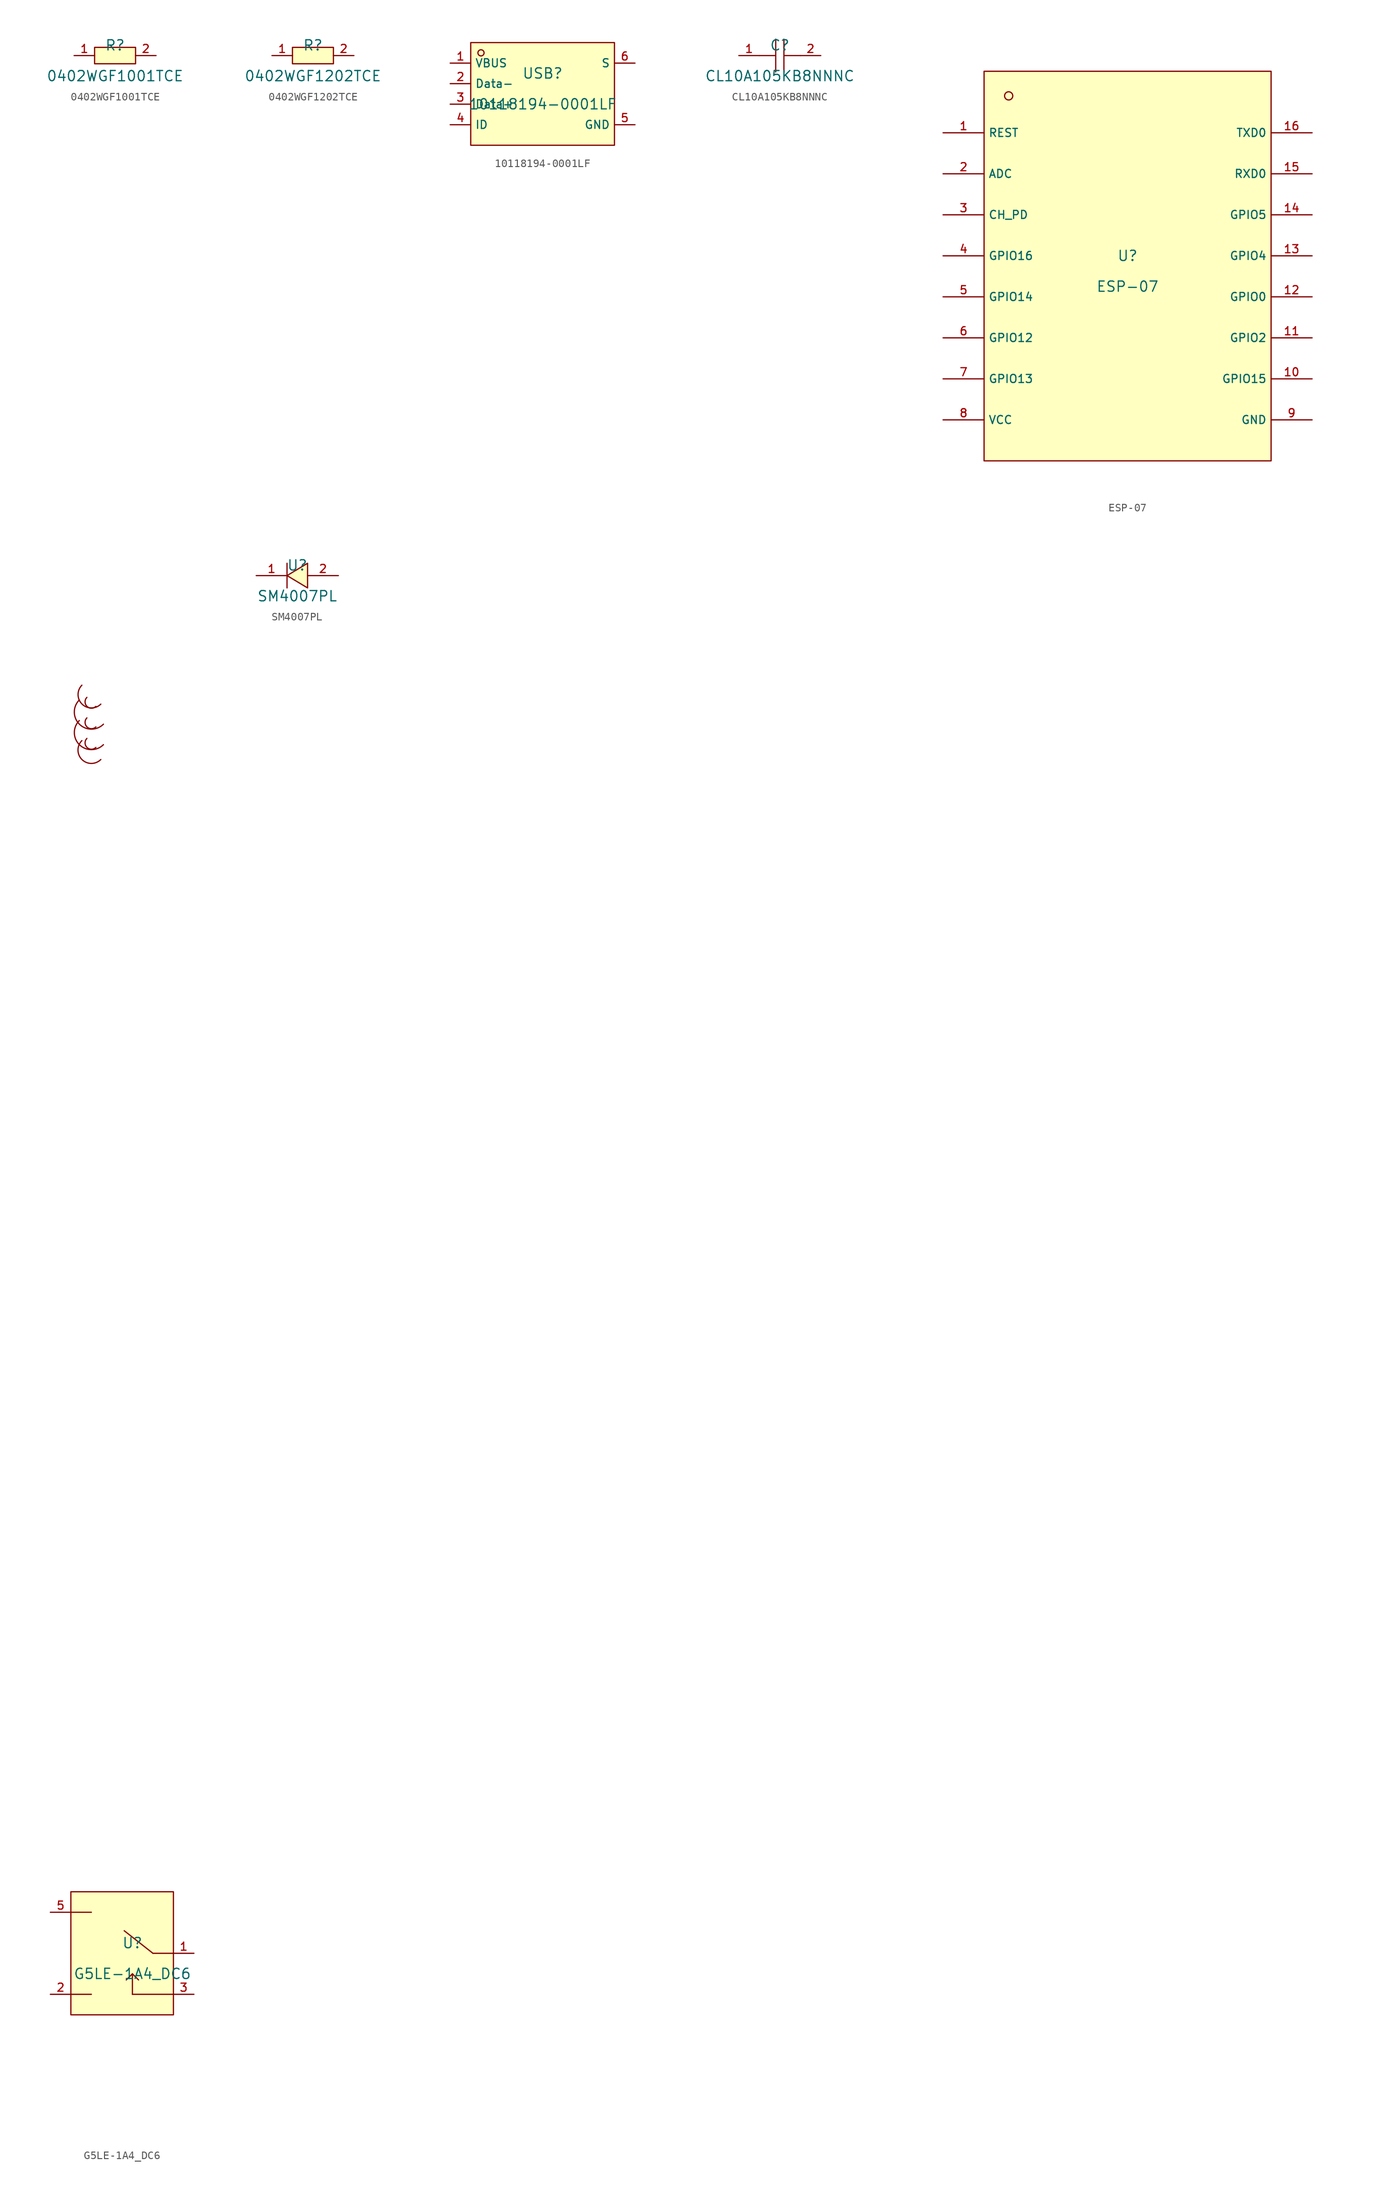
<source format=kicad_sym>
(kicad_symbol_lib
  (version 20210201)
  (generator TousstNicolas/JLC2KiCad_lib)
  (symbol "0402WGF1001TCE"
    (pin_names hide)
    (property "Reference" "R"
      (at 0 1.27 0)
      (effects (font (size 1.27 1.27))))
    (property "Value" "0402WGF1001TCE"
      (at 0 -2.54 0)
      (effects (font (size 1.27 1.27))))
    (symbol "0402WGF1001TCE_0_1"
      (pin input line (at 5.08 -0.0 180) (length 2.54) (name "2" (effects (font (size 1 1)))) (number "2" (effects (font (size 1 1)))))
      (pin input line (at -5.08 -0.0 0) (length 2.54) (name "1" (effects (font (size 1 1)))) (number "1" (effects (font (size 1 1)))))
      (rectangle (start -2.54 1.016) (end 2.54 -1.016) (stroke (width 0) (type default) (color 0 0 0 0)) (fill (type background)))))
  (symbol "0402WGF1202TCE"
    (pin_names hide)
    (property "Reference" "R"
      (at 0 1.27 0)
      (effects (font (size 1.27 1.27))))
    (property "Value" "0402WGF1202TCE"
      (at 0 -2.54 0)
      (effects (font (size 1.27 1.27))))
    (symbol "0402WGF1202TCE_0_1"
      (pin input line (at 5.08 -0.0 180) (length 2.54) (name "2" (effects (font (size 1 1)))) (number "2" (effects (font (size 1 1)))))
      (pin input line (at -5.08 -0.0 0) (length 2.54) (name "1" (effects (font (size 1 1)))) (number "1" (effects (font (size 1 1)))))
      (rectangle (start -2.54 1.016) (end 2.54 -1.016) (stroke (width 0) (type default) (color 0 0 0 0)) (fill (type background)))))
  (symbol "10118194-0001LF"
    (property "Reference" "USB"
      (at 0 1.27 0)
      (effects (font (size 1.27 1.27))))
    (property "Value" "10118194-0001LF"
      (at 0 -2.54 0)
      (effects (font (size 1.27 1.27))))
    (symbol "10118194-0001LF_0_1"
      (rectangle (start -8.89 5.08) (end 8.89 -7.62) (stroke (width 0) (type default) (color 0 0 0 0)) (fill (type background)))
      (circle (center -7.62 3.81) (radius 0.381) (stroke (width 0) (type default) (color 0 0 0 0)) (fill (type background)))
      (pin unspecified line (at -11.43 2.54 0) (length 2.54) (name "VBUS" (effects (font (size 1 1)))) (number "1" (effects (font (size 1 1)))))
      (pin unspecified line (at -11.43 -0.0 0) (length 2.54) (name "Data-" (effects (font (size 1 1)))) (number "2" (effects (font (size 1 1)))))
      (pin unspecified line (at -11.43 -2.54 0) (length 2.54) (name "Data+" (effects (font (size 1 1)))) (number "3" (effects (font (size 1 1)))))
      (pin unspecified line (at -11.43 -5.08 0) (length 2.54) (name "ID" (effects (font (size 1 1)))) (number "4" (effects (font (size 1 1)))))
      (pin unspecified line (at 11.43 -5.08 180) (length 2.54) (name "GND" (effects (font (size 1 1)))) (number "5" (effects (font (size 1 1)))))
      (pin unspecified line (at 11.43 2.54 180) (length 2.54) (name "S" (effects (font (size 1 1)))) (number "6" (effects (font (size 1 1)))))))
  (symbol "CL10A105KB8NNNC"
    (pin_names hide)
    (property "Reference" "C"
      (at 0 1.27 0)
      (effects (font (size 1.27 1.27))))
    (property "Value" "CL10A105KB8NNNC"
      (at 0 -2.54 0)
      (effects (font (size 1.27 1.27))))
    (symbol "CL10A105KB8NNNC_0_1"
      (polyline (pts (xy -0.508 -0.0) (xy -2.54 -0.0)) (stroke (width 0) (type default) (color 0 0 0 0)) (fill (type none)))
      (pin unspecified line (at 5.08 -0.0 180) (length 2.54) (name "2" (effects (font (size 1 1)))) (number "2" (effects (font (size 1 1)))))
      (polyline (pts (xy 0.508 2.032) (xy 0.508 -2.032)) (stroke (width 0) (type default) (color 0 0 0 0)) (fill (type none)))
      (polyline (pts (xy 2.54 -0.0) (xy 0.508 -0.0)) (stroke (width 0) (type default) (color 0 0 0 0)) (fill (type none)))
      (pin unspecified line (at -5.08 -0.0 0) (length 2.54) (name "1" (effects (font (size 1 1)))) (number "1" (effects (font (size 1 1)))))
      (polyline (pts (xy -0.508 -2.032) (xy -0.508 2.032)) (stroke (width 0) (type default) (color 0 0 0 0)) (fill (type none)))))
  (symbol "ESP-07"
    (property "Reference" "U"
      (at 0 1.27 0)
      (effects (font (size 1.27 1.27))))
    (property "Value" "ESP-07"
      (at 0 -2.54 0)
      (effects (font (size 1.27 1.27))))
    (symbol "ESP-07_0_1"
      (pin unspecified line (at -22.86 16.51 0) (length 5.08) (name "REST" (effects (font (size 1 1)))) (number "1" (effects (font (size 1 1)))))
      (pin unspecified line (at -22.86 11.43 0) (length 5.08) (name "ADC" (effects (font (size 1 1)))) (number "2" (effects (font (size 1 1)))))
      (pin input line (at -22.86 6.35 0) (length 5.08) (name "CH_PD" (effects (font (size 1 1)))) (number "3" (effects (font (size 1 1)))))
      (pin unspecified line (at -22.86 1.27 0) (length 5.08) (name "GPIO16" (effects (font (size 1 1)))) (number "4" (effects (font (size 1 1)))))
      (pin unspecified line (at -22.86 -3.81 0) (length 5.08) (name "GPIO14" (effects (font (size 1 1)))) (number "5" (effects (font (size 1 1)))))
      (pin unspecified line (at -22.86 -8.89 0) (length 5.08) (name "GPIO12" (effects (font (size 1 1)))) (number "6" (effects (font (size 1 1)))))
      (pin unspecified line (at -22.86 -13.97 0) (length 5.08) (name "GPIO13" (effects (font (size 1 1)))) (number "7" (effects (font (size 1 1)))))
      (pin power_in line (at -22.86 -19.05 0) (length 5.08) (name "VCC" (effects (font (size 1 1)))) (number "8" (effects (font (size 1 1)))))
      (pin power_in line (at 22.86 -19.05 180) (length 5.08) (name "GND" (effects (font (size 1 1)))) (number "9" (effects (font (size 1 1)))))
      (pin input line (at 22.86 -13.97 180) (length 5.08) (name "GPIO15" (effects (font (size 1 1)))) (number "10" (effects (font (size 1 1)))))
      (pin unspecified line (at 22.86 -8.89 180) (length 5.08) (name "GPIO2" (effects (font (size 1 1)))) (number "11" (effects (font (size 1 1)))))
      (pin unspecified line (at 22.86 -3.81 180) (length 5.08) (name "GPIO0" (effects (font (size 1 1)))) (number "12" (effects (font (size 1 1)))))
      (pin unspecified line (at 22.86 1.27 180) (length 5.08) (name "GPIO4" (effects (font (size 1 1)))) (number "13" (effects (font (size 1 1)))))
      (pin unspecified line (at 22.86 6.35 180) (length 5.08) (name "GPIO5" (effects (font (size 1 1)))) (number "14" (effects (font (size 1 1)))))
      (pin input line (at 22.86 11.43 180) (length 5.08) (name "RXD0" (effects (font (size 1 1)))) (number "15" (effects (font (size 1 1)))))
      (pin output line (at 22.86 16.51 180) (length 5.08) (name "TXD0" (effects (font (size 1 1)))) (number "16" (effects (font (size 1 1)))))
      (rectangle (start -17.78 24.13) (end 17.78 -24.13) (stroke (width 0) (type default) (color 0 0 0 0)) (fill (type background)))
      (circle (center -14.732 21.082) (radius 0.508) (stroke (width 0) (type default) (color 0 0 0 0)) (fill (type background)))))
  (symbol "G5LE-1A4_DC6"
    (pin_names hide)
    (property "Reference" "U"
      (at 0 1.27 0)
      (effects (font (size 1.27 1.27))))
    (property "Value" "G5LE-1A4_DC6"
      (at 0 -2.54 0)
      (effects (font (size 1.27 1.27))))
    (symbol "G5LE-1A4_DC6_0_1"
      (rectangle (start -7.62 7.62) (end 5.08 -7.62) (stroke (width 0) (type default) (color 0 0 0 0)) (fill (type background)))
      (pin unspecified line (at -10.16 5.08 0) (length 2.54) (name "COIL1" (effects (font (size 1 1)))) (number "5" (effects (font (size 1 1)))))
      (pin unspecified line (at 7.62 -5.08 180) (length 2.54) (name "NO" (effects (font (size 1 1)))) (number "3" (effects (font (size 1 1)))))
      (pin unspecified line (at 7.62 -0.0 180) (length 2.54) (name "MAIN" (effects (font (size 1 1)))) (number "1" (effects (font (size 1 1)))))
      (pin unspecified line (at -10.16 -5.08 0) (length 2.54) (name "COIL2" (effects (font (size 1 1)))) (number "2" (effects (font (size 1 1)))))
      (polyline (pts (xy -7.62 -5.08) (xy -5.08 -5.08)) (stroke (width 0) (type default) (color 0 0 0 0)) (fill (type none)))
      (polyline (pts (xy -7.62 5.08) (xy -5.08 5.08)) (stroke (width 0) (type default) (color 0 0 0 0)) (fill (type none)))
      (polyline (pts (xy 0.0 -2.54) (xy -0.762 -3.302)) (stroke (width 0) (type default) (color 0 0 0 0)) (fill (type none)))
      (polyline (pts (xy 0.0 -2.54) (xy 0.762 -3.302)) (stroke (width 0) (type default) (color 0 0 0 0)) (fill (type none)))
      (polyline (pts (xy 2.54 -0.0) (xy -1.016 2.794)) (stroke (width 0) (type default) (color 0 0 0 0)) (fill (type none)))
      (polyline (pts (xy 5.08 -0.0) (xy 2.54 -0.0)) (stroke (width 0) (type default) (color 0 0 0 0)) (fill (type none)))
      (polyline (pts (xy 0.0 -5.08) (xy 0.0 -2.54)) (stroke (width 0) (type default) (color 0 0 0 0)) (fill (type none)))
      (polyline (pts (xy 5.08 -5.08) (xy 0.0 -5.08)) (stroke (width 0) (type default) (color 0 0 0 0)) (fill (type none)))
      (arc (start -3.9089824197774274 154.65828391838042) (mid -6.251037900263213 154.65828391838042) (end -6.251037900263213 157.0003393988662) (stroke (width 0) (type default) (color 0 0 0 0)) (fill (type none)))
      (arc (start -4.517845002511075 154.37814472311052) (mid -5.642175317529565 154.37814472311052) (end -5.642175317529565 155.502475038129) (stroke (width 0) (type default) (color 0 0 0 0)) (fill (type none)))
      (arc (start -3.5838964980228725 152.17419367861723) (mid -6.576123822017768 152.17419367861723) (end -6.576123822017768 155.16642100261214) (stroke (width 0) (type default) (color 0 0 0 0)) (fill (type none)))
      (arc (start -4.517845002511075 151.8381396431004) (mid -5.642175317529565 151.8381396431004) (end -5.642175317529565 152.96246995811885) (stroke (width 0) (type default) (color 0 0 0 0)) (fill (type none)))
      (arc (start -3.5874886076555192 149.63778070823975) (mid -6.572531712385121 149.63778070823975) (end -6.572531712385121 152.6228238129693) (stroke (width 0) (type default) (color 0 0 0 0)) (fill (type none)))
      (arc (start -4.517845002511075 149.29813456309023) (mid -5.642175317529565 149.29813456309023) (end -5.642175317529565 150.42246487810868) (stroke (width 0) (type default) (color 0 0 0 0)) (fill (type none)))
      (arc (start -3.9089824197774274 147.800270202353) (mid -6.251037900263213 147.800270202353) (end -6.251037900263213 150.1423256828388) (stroke (width 0) (type default) (color 0 0 0 0)) (fill (type none)))))
  (symbol "SM4007PL"
    (pin_names hide)
    (property "Reference" "U"
      (at 0 1.27 0)
      (effects (font (size 1.27 1.27))))
    (property "Value" "SM4007PL"
      (at 0 -2.54 0)
      (effects (font (size 1.27 1.27))))
    (symbol "SM4007PL_0_1"
      (polyline (pts (xy -1.27 -1.524) (xy -1.27 1.524)) (stroke (width 0) (type default) (color 0 0 0 0)) (fill (type none)))
      (pin unspecified line (at 5.08 -0.0 180) (length 3.81) (name "A" (effects (font (size 1 1)))) (number "2" (effects (font (size 1 1)))))
      (pin unspecified line (at -5.08 -0.0 0) (length 3.81) (name "C" (effects (font (size 1 1)))) (number "1" (effects (font (size 1 1)))))
      (polyline (pts (xy 1.27 1.524) (xy -1.27 -0.0) (xy 1.27 -1.524) (xy 1.27 1.524)) (stroke (width 0) (type default) (color 0 0 0 0)) (fill (type background))))))
</source>
